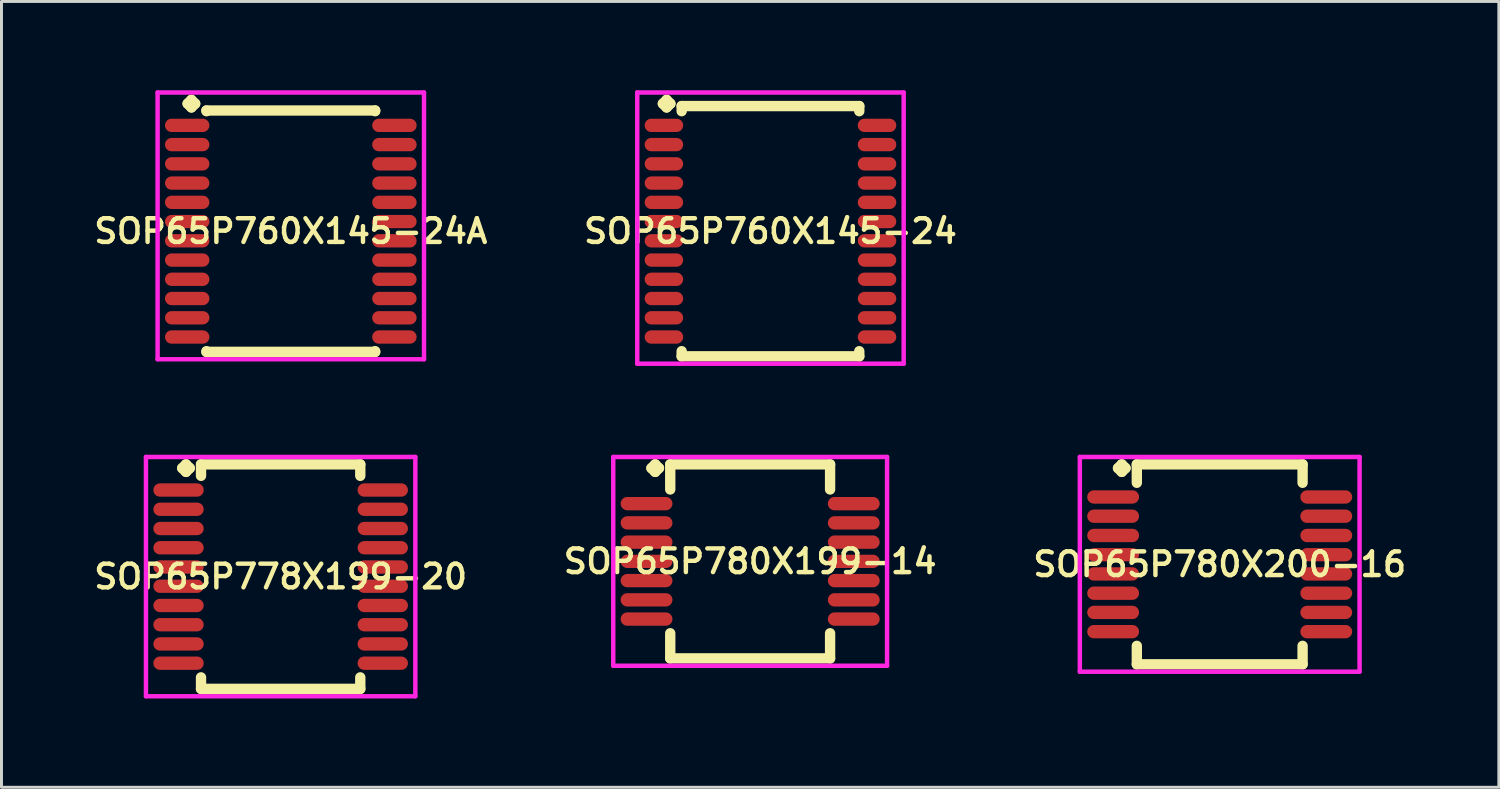
<source format=kicad_pcb>
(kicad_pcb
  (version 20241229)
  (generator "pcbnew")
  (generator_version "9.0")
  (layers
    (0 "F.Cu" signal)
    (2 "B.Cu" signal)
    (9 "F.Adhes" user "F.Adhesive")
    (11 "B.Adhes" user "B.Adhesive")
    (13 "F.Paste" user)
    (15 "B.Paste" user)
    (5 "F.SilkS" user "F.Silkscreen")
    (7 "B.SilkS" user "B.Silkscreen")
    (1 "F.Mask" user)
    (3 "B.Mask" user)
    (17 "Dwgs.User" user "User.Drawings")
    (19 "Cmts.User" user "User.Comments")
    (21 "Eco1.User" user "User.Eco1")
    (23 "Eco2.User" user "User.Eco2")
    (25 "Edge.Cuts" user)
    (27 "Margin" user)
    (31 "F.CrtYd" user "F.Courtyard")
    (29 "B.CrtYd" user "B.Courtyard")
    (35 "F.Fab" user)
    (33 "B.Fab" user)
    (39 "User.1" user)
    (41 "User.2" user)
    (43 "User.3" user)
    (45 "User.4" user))
  (footprint "SOP65P778X199-20"
    (layer "F.Cu")
    (at 6.431 16.429)
    (property "Reference" "SOP65P778X199-20" (at 0 0 0) (layer "F.SilkS") (effects (font (size 0.8 0.8) (thickness 0.15))))
    (attr smd)
    (fp_line (start -3.325 -3.665) (end -3.198 -3.792) (stroke (width 0.35) (type solid)) (layer "F.SilkS"))
    (fp_line (start -3.198 -3.792) (end -3.071 -3.665) (stroke (width 0.35) (type solid)) (layer "F.SilkS"))
    (fp_line (start -3.198 -3.538) (end -3.325 -3.665) (stroke (width 0.35) (type solid)) (layer "F.SilkS"))
    (fp_line (start -3.071 -3.665) (end -3.198 -3.538) (stroke (width 0.35) (type solid)) (layer "F.SilkS"))
    (fp_line (start -2.69 -3.792) (end 2.69 -3.792) (stroke (width 0.35) (type solid)) (layer "F.SilkS"))
    (fp_line (start -2.69 -3.404) (end -2.69 -3.792) (stroke (width 0.35) (type solid)) (layer "F.SilkS"))
    (fp_line (start -2.69 3.404) (end -2.69 3.792) (stroke (width 0.35) (type solid)) (layer "F.SilkS"))
    (fp_line (start -2.69 3.792) (end 2.69 3.792) (stroke (width 0.35) (type solid)) (layer "F.SilkS"))
    (fp_line (start 2.69 -3.792) (end 2.69 -3.404) (stroke (width 0.35) (type solid)) (layer "F.SilkS"))
    (fp_line (start 2.69 3.792) (end 2.69 3.404) (stroke (width 0.35) (type solid)) (layer "F.SilkS"))
    (fp_line (start -4.55 -4.042) (end 4.55 -4.042) (stroke (width 0.15) (type solid)) (layer "F.CrtYd"))
    (fp_line (start -4.55 4.042) (end -4.55 -4.042) (stroke (width 0.15) (type solid)) (layer "F.CrtYd"))
    (fp_line (start 4.55 -4.042) (end 4.55 4.042) (stroke (width 0.15) (type solid)) (layer "F.CrtYd"))
    (fp_line (start 4.55 4.042) (end -4.55 4.042) (stroke (width 0.15) (type solid)) (layer "F.CrtYd"))
    (pad "1" smd oval (at -3.45 -2.925) (size 1.7 0.45) (layers "F.Cu" "F.Mask" "F.Paste"))
    (pad "2" smd oval (at -3.45 -2.275) (size 1.7 0.45) (layers "F.Cu" "F.Mask" "F.Paste"))
    (pad "3" smd oval (at -3.45 -1.625) (size 1.7 0.45) (layers "F.Cu" "F.Mask" "F.Paste"))
    (pad "4" smd oval (at -3.45 -0.975) (size 1.7 0.45) (layers "F.Cu" "F.Mask" "F.Paste"))
    (pad "5" smd oval (at -3.45 -0.325) (size 1.7 0.45) (layers "F.Cu" "F.Mask" "F.Paste"))
    (pad "6" smd oval (at -3.45 0.325) (size 1.7 0.45) (layers "F.Cu" "F.Mask" "F.Paste"))
    (pad "7" smd oval (at -3.45 0.975) (size 1.7 0.45) (layers "F.Cu" "F.Mask" "F.Paste"))
    (pad "8" smd oval (at -3.45 1.625) (size 1.7 0.45) (layers "F.Cu" "F.Mask" "F.Paste"))
    (pad "9" smd oval (at -3.45 2.275) (size 1.7 0.45) (layers "F.Cu" "F.Mask" "F.Paste"))
    (pad "10" smd oval (at -3.45 2.925) (size 1.7 0.45) (layers "F.Cu" "F.Mask" "F.Paste"))
    (pad "11" smd oval (at 3.45 2.925) (size 1.7 0.45) (layers "F.Cu" "F.Mask" "F.Paste"))
    (pad "12" smd oval (at 3.45 2.275) (size 1.7 0.45) (layers "F.Cu" "F.Mask" "F.Paste"))
    (pad "13" smd oval (at 3.45 1.625) (size 1.7 0.45) (layers "F.Cu" "F.Mask" "F.Paste"))
    (pad "14" smd oval (at 3.45 0.975) (size 1.7 0.45) (layers "F.Cu" "F.Mask" "F.Paste"))
    (pad "15" smd oval (at 3.45 0.325) (size 1.7 0.45) (layers "F.Cu" "F.Mask" "F.Paste"))
    (pad "16" smd oval (at 3.45 -0.325) (size 1.7 0.45) (layers "F.Cu" "F.Mask" "F.Paste"))
    (pad "17" smd oval (at 3.45 -0.975) (size 1.7 0.45) (layers "F.Cu" "F.Mask" "F.Paste"))
    (pad "18" smd oval (at 3.45 -1.625) (size 1.7 0.45) (layers "F.Cu" "F.Mask" "F.Paste"))
    (pad "19" smd oval (at 3.45 -2.275) (size 1.7 0.45) (layers "F.Cu" "F.Mask" "F.Paste"))
    (pad "20" smd oval (at 3.45 -2.925) (size 1.7 0.45) (layers "F.Cu" "F.Mask" "F.Paste")))
  (footprint "SOP65P780X200-16"
    (layer "F.Cu")
    (at 38.154 16.014)
    (property "Reference" "SOP65P780X200-16" (at 0 0 0) (layer "F.SilkS") (effects (font (size 0.8 0.8) (thickness 0.15))))
    (attr smd)
    (fp_line (start -3.435 -3.25) (end -3.308 -3.377) (stroke (width 0.35) (type solid)) (layer "F.SilkS"))
    (fp_line (start -3.308 -3.377) (end -3.181 -3.25) (stroke (width 0.35) (type solid)) (layer "F.SilkS"))
    (fp_line (start -3.308 -3.123) (end -3.435 -3.25) (stroke (width 0.35) (type solid)) (layer "F.SilkS"))
    (fp_line (start -3.181 -3.25) (end -3.308 -3.123) (stroke (width 0.35) (type solid)) (layer "F.SilkS"))
    (fp_line (start -2.8 -3.377) (end 2.8 -3.377) (stroke (width 0.35) (type solid)) (layer "F.SilkS"))
    (fp_line (start -2.8 -2.754) (end -2.8 -3.377) (stroke (width 0.35) (type solid)) (layer "F.SilkS"))
    (fp_line (start -2.8 2.754) (end -2.8 3.377) (stroke (width 0.35) (type solid)) (layer "F.SilkS"))
    (fp_line (start -2.8 3.377) (end 2.8 3.377) (stroke (width 0.35) (type solid)) (layer "F.SilkS"))
    (fp_line (start 2.8 -3.377) (end 2.8 -2.754) (stroke (width 0.35) (type solid)) (layer "F.SilkS"))
    (fp_line (start 2.8 3.377) (end 2.8 2.754) (stroke (width 0.35) (type solid)) (layer "F.SilkS"))
    (fp_line (start -4.725 -3.627) (end 4.725 -3.627) (stroke (width 0.15) (type solid)) (layer "F.CrtYd"))
    (fp_line (start -4.725 3.627) (end -4.725 -3.627) (stroke (width 0.15) (type solid)) (layer "F.CrtYd"))
    (fp_line (start 4.725 -3.627) (end 4.725 3.627) (stroke (width 0.15) (type solid)) (layer "F.CrtYd"))
    (fp_line (start 4.725 3.627) (end -4.725 3.627) (stroke (width 0.15) (type solid)) (layer "F.CrtYd"))
    (pad "1" smd oval (at -3.6 -2.275) (size 1.75 0.45) (layers "F.Cu" "F.Mask" "F.Paste"))
    (pad "2" smd oval (at -3.6 -1.625) (size 1.75 0.45) (layers "F.Cu" "F.Mask" "F.Paste"))
    (pad "3" smd oval (at -3.6 -0.975) (size 1.75 0.45) (layers "F.Cu" "F.Mask" "F.Paste"))
    (pad "4" smd oval (at -3.6 -0.325) (size 1.75 0.45) (layers "F.Cu" "F.Mask" "F.Paste"))
    (pad "5" smd oval (at -3.6 0.325) (size 1.75 0.45) (layers "F.Cu" "F.Mask" "F.Paste"))
    (pad "6" smd oval (at -3.6 0.975) (size 1.75 0.45) (layers "F.Cu" "F.Mask" "F.Paste"))
    (pad "7" smd oval (at -3.6 1.625) (size 1.75 0.45) (layers "F.Cu" "F.Mask" "F.Paste"))
    (pad "8" smd oval (at -3.6 2.275) (size 1.75 0.45) (layers "F.Cu" "F.Mask" "F.Paste"))
    (pad "9" smd oval (at 3.6 2.275) (size 1.75 0.45) (layers "F.Cu" "F.Mask" "F.Paste"))
    (pad "10" smd oval (at 3.6 1.625) (size 1.75 0.45) (layers "F.Cu" "F.Mask" "F.Paste"))
    (pad "11" smd oval (at 3.6 0.975) (size 1.75 0.45) (layers "F.Cu" "F.Mask" "F.Paste"))
    (pad "12" smd oval (at 3.6 0.325) (size 1.75 0.45) (layers "F.Cu" "F.Mask" "F.Paste"))
    (pad "13" smd oval (at 3.6 -0.325) (size 1.75 0.45) (layers "F.Cu" "F.Mask" "F.Paste"))
    (pad "14" smd oval (at 3.6 -0.975) (size 1.75 0.45) (layers "F.Cu" "F.Mask" "F.Paste"))
    (pad "15" smd oval (at 3.6 -1.625) (size 1.75 0.45) (layers "F.Cu" "F.Mask" "F.Paste"))
    (pad "16" smd oval (at 3.6 -2.275) (size 1.75 0.45) (layers "F.Cu" "F.Mask" "F.Paste")))
  (footprint "SOP65P760X145-24"
    (layer "F.Cu")
    (at 22.978 4.76)
    (property "Reference" "SOP65P760X145-24" (at 0 0 0) (layer "F.SilkS") (effects (font (size 0.8 0.8) (thickness 0.15))))
    (attr smd)
    (fp_line (start -3.635 -4.308) (end -3.508 -4.435) (stroke (width 0.35) (type solid)) (layer "F.SilkS"))
    (fp_line (start -3.508 -4.435) (end -3.381 -4.308) (stroke (width 0.35) (type solid)) (layer "F.SilkS"))
    (fp_line (start -3.508 -4.181) (end -3.635 -4.308) (stroke (width 0.35) (type solid)) (layer "F.SilkS"))
    (fp_line (start -3.381 -4.308) (end -3.508 -4.181) (stroke (width 0.35) (type solid)) (layer "F.SilkS"))
    (fp_line (start -3 -4.227) (end 3 -4.227) (stroke (width 0.35) (type solid)) (layer "F.SilkS"))
    (fp_line (start -3 -4.054) (end -3 -4.227) (stroke (width 0.35) (type solid)) (layer "F.SilkS"))
    (fp_line (start -3 4.054) (end -3 4.227) (stroke (width 0.35) (type solid)) (layer "F.SilkS"))
    (fp_line (start -3 4.227) (end 3 4.227) (stroke (width 0.35) (type solid)) (layer "F.SilkS"))
    (fp_line (start 3 -4.227) (end 3 -4.054) (stroke (width 0.35) (type solid)) (layer "F.SilkS"))
    (fp_line (start 3 4.227) (end 3 4.054) (stroke (width 0.35) (type solid)) (layer "F.SilkS"))
    (fp_line (start -4.5 -4.685) (end 4.5 -4.685) (stroke (width 0.15) (type solid)) (layer "F.CrtYd"))
    (fp_line (start -4.5 4.477) (end -4.5 -4.685) (stroke (width 0.15) (type solid)) (layer "F.CrtYd"))
    (fp_line (start 4.5 -4.685) (end 4.5 4.477) (stroke (width 0.15) (type solid)) (layer "F.CrtYd"))
    (fp_line (start 4.5 4.477) (end -4.5 4.477) (stroke (width 0.15) (type solid)) (layer "F.CrtYd"))
    (pad "1" smd oval (at -3.6 -3.575) (size 1.3 0.45) (layers "F.Cu" "F.Mask" "F.Paste"))
    (pad "2" smd oval (at -3.6 -2.925) (size 1.3 0.45) (layers "F.Cu" "F.Mask" "F.Paste"))
    (pad "3" smd oval (at -3.6 -2.275) (size 1.3 0.45) (layers "F.Cu" "F.Mask" "F.Paste"))
    (pad "4" smd oval (at -3.6 -1.625) (size 1.3 0.45) (layers "F.Cu" "F.Mask" "F.Paste"))
    (pad "5" smd oval (at -3.6 -0.975) (size 1.3 0.45) (layers "F.Cu" "F.Mask" "F.Paste"))
    (pad "6" smd oval (at -3.6 -0.325) (size 1.3 0.45) (layers "F.Cu" "F.Mask" "F.Paste"))
    (pad "7" smd oval (at -3.6 0.325) (size 1.3 0.45) (layers "F.Cu" "F.Mask" "F.Paste"))
    (pad "8" smd oval (at -3.6 0.975) (size 1.3 0.45) (layers "F.Cu" "F.Mask" "F.Paste"))
    (pad "9" smd oval (at -3.6 1.625) (size 1.3 0.45) (layers "F.Cu" "F.Mask" "F.Paste"))
    (pad "10" smd oval (at -3.6 2.275) (size 1.3 0.45) (layers "F.Cu" "F.Mask" "F.Paste"))
    (pad "11" smd oval (at -3.6 2.925) (size 1.3 0.45) (layers "F.Cu" "F.Mask" "F.Paste"))
    (pad "12" smd oval (at -3.6 3.575) (size 1.3 0.45) (layers "F.Cu" "F.Mask" "F.Paste"))
    (pad "13" smd oval (at 3.6 3.575) (size 1.3 0.45) (layers "F.Cu" "F.Mask" "F.Paste"))
    (pad "14" smd oval (at 3.6 2.925) (size 1.3 0.45) (layers "F.Cu" "F.Mask" "F.Paste"))
    (pad "15" smd oval (at 3.6 2.275) (size 1.3 0.45) (layers "F.Cu" "F.Mask" "F.Paste"))
    (pad "16" smd oval (at 3.6 1.625) (size 1.3 0.45) (layers "F.Cu" "F.Mask" "F.Paste"))
    (pad "17" smd oval (at 3.6 0.975) (size 1.3 0.45) (layers "F.Cu" "F.Mask" "F.Paste"))
    (pad "18" smd oval (at 3.6 0.325) (size 1.3 0.45) (layers "F.Cu" "F.Mask" "F.Paste"))
    (pad "19" smd oval (at 3.6 -0.325) (size 1.3 0.45) (layers "F.Cu" "F.Mask" "F.Paste"))
    (pad "20" smd oval (at 3.6 -0.975) (size 1.3 0.45) (layers "F.Cu" "F.Mask" "F.Paste"))
    (pad "21" smd oval (at 3.6 -1.625) (size 1.3 0.45) (layers "F.Cu" "F.Mask" "F.Paste"))
    (pad "22" smd oval (at 3.6 -2.275) (size 1.3 0.45) (layers "F.Cu" "F.Mask" "F.Paste"))
    (pad "23" smd oval (at 3.6 -2.925) (size 1.3 0.45) (layers "F.Cu" "F.Mask" "F.Paste"))
    (pad "24" smd oval (at 3.6 -3.575) (size 1.3 0.45) (layers "F.Cu" "F.Mask" "F.Paste")))
  (footprint "SOP65P760X145-24A"
    (layer "F.Cu")
    (at 6.774 4.76)
    (property "Reference" "SOP65P760X145-24A" (at 0 0 0) (layer "F.SilkS") (effects (font (size 0.8 0.8) (thickness 0.15))))
    (attr smd)
    (fp_line (start -3.485 -4.308) (end -3.358 -4.435) (stroke (width 0.35) (type solid)) (layer "F.SilkS"))
    (fp_line (start -3.358 -4.435) (end -3.231 -4.308) (stroke (width 0.35) (type solid)) (layer "F.SilkS"))
    (fp_line (start -3.358 -4.181) (end -3.485 -4.308) (stroke (width 0.35) (type solid)) (layer "F.SilkS"))
    (fp_line (start -3.231 -4.308) (end -3.358 -4.181) (stroke (width 0.35) (type solid)) (layer "F.SilkS"))
    (fp_line (start -2.85 -4.077) (end 2.85 -4.077) (stroke (width 0.35) (type solid)) (layer "F.SilkS"))
    (fp_line (start -2.85 -4.054) (end -2.85 -4.077) (stroke (width 0.35) (type solid)) (layer "F.SilkS"))
    (fp_line (start -2.85 4.054) (end -2.85 4.077) (stroke (width 0.35) (type solid)) (layer "F.SilkS"))
    (fp_line (start -2.85 4.077) (end 2.85 4.077) (stroke (width 0.35) (type solid)) (layer "F.SilkS"))
    (fp_line (start 2.85 -4.077) (end 2.85 -4.054) (stroke (width 0.35) (type solid)) (layer "F.SilkS"))
    (fp_line (start 2.85 4.077) (end 2.85 4.054) (stroke (width 0.35) (type solid)) (layer "F.SilkS"))
    (fp_line (start -4.5 -4.685) (end 4.5 -4.685) (stroke (width 0.15) (type solid)) (layer "F.CrtYd"))
    (fp_line (start -4.5 4.327) (end -4.5 -4.685) (stroke (width 0.15) (type solid)) (layer "F.CrtYd"))
    (fp_line (start 4.5 -4.685) (end 4.5 4.327) (stroke (width 0.15) (type solid)) (layer "F.CrtYd"))
    (fp_line (start 4.5 4.327) (end -4.5 4.327) (stroke (width 0.15) (type solid)) (layer "F.CrtYd"))
    (pad "1" smd oval (at -3.5 -3.575) (size 1.5 0.45) (layers "F.Cu" "F.Mask" "F.Paste"))
    (pad "2" smd oval (at -3.5 -2.925) (size 1.5 0.45) (layers "F.Cu" "F.Mask" "F.Paste"))
    (pad "3" smd oval (at -3.5 -2.275) (size 1.5 0.45) (layers "F.Cu" "F.Mask" "F.Paste"))
    (pad "4" smd oval (at -3.5 -1.625) (size 1.5 0.45) (layers "F.Cu" "F.Mask" "F.Paste"))
    (pad "5" smd oval (at -3.5 -0.975) (size 1.5 0.45) (layers "F.Cu" "F.Mask" "F.Paste"))
    (pad "6" smd oval (at -3.5 -0.325) (size 1.5 0.45) (layers "F.Cu" "F.Mask" "F.Paste"))
    (pad "7" smd oval (at -3.5 0.325) (size 1.5 0.45) (layers "F.Cu" "F.Mask" "F.Paste"))
    (pad "8" smd oval (at -3.5 0.975) (size 1.5 0.45) (layers "F.Cu" "F.Mask" "F.Paste"))
    (pad "9" smd oval (at -3.5 1.625) (size 1.5 0.45) (layers "F.Cu" "F.Mask" "F.Paste"))
    (pad "10" smd oval (at -3.5 2.275) (size 1.5 0.45) (layers "F.Cu" "F.Mask" "F.Paste"))
    (pad "11" smd oval (at -3.5 2.925) (size 1.5 0.45) (layers "F.Cu" "F.Mask" "F.Paste"))
    (pad "12" smd oval (at -3.5 3.575) (size 1.5 0.45) (layers "F.Cu" "F.Mask" "F.Paste"))
    (pad "13" smd oval (at 3.5 3.575) (size 1.5 0.45) (layers "F.Cu" "F.Mask" "F.Paste"))
    (pad "14" smd oval (at 3.5 2.925) (size 1.5 0.45) (layers "F.Cu" "F.Mask" "F.Paste"))
    (pad "15" smd oval (at 3.5 2.275) (size 1.5 0.45) (layers "F.Cu" "F.Mask" "F.Paste"))
    (pad "16" smd oval (at 3.5 1.625) (size 1.5 0.45) (layers "F.Cu" "F.Mask" "F.Paste"))
    (pad "17" smd oval (at 3.5 0.975) (size 1.5 0.45) (layers "F.Cu" "F.Mask" "F.Paste"))
    (pad "18" smd oval (at 3.5 0.325) (size 1.5 0.45) (layers "F.Cu" "F.Mask" "F.Paste"))
    (pad "19" smd oval (at 3.5 -0.325) (size 1.5 0.45) (layers "F.Cu" "F.Mask" "F.Paste"))
    (pad "20" smd oval (at 3.5 -0.975) (size 1.5 0.45) (layers "F.Cu" "F.Mask" "F.Paste"))
    (pad "21" smd oval (at 3.5 -1.625) (size 1.5 0.45) (layers "F.Cu" "F.Mask" "F.Paste"))
    (pad "22" smd oval (at 3.5 -2.275) (size 1.5 0.45) (layers "F.Cu" "F.Mask" "F.Paste"))
    (pad "23" smd oval (at 3.5 -2.925) (size 1.5 0.45) (layers "F.Cu" "F.Mask" "F.Paste"))
    (pad "24" smd oval (at 3.5 -3.575) (size 1.5 0.45) (layers "F.Cu" "F.Mask" "F.Paste")))
  (footprint "SOP65P780X199-14"
    (layer "F.Cu")
    (at 22.292 15.914)
    (property "Reference" "SOP65P780X199-14" (at 0 0 0) (layer "F.SilkS") (effects (font (size 0.8 0.8) (thickness 0.15))))
    (attr smd)
    (fp_line (start -3.335 -3.15) (end -3.208 -3.277) (stroke (width 0.35) (type solid)) (layer "F.SilkS"))
    (fp_line (start -3.208 -3.277) (end -3.081 -3.15) (stroke (width 0.35) (type solid)) (layer "F.SilkS"))
    (fp_line (start -3.208 -3.023) (end -3.335 -3.15) (stroke (width 0.35) (type solid)) (layer "F.SilkS"))
    (fp_line (start -3.081 -3.15) (end -3.208 -3.023) (stroke (width 0.35) (type solid)) (layer "F.SilkS"))
    (fp_line (start -2.7 -3.277) (end 2.7 -3.277) (stroke (width 0.35) (type solid)) (layer "F.SilkS"))
    (fp_line (start -2.7 -2.429) (end -2.7 -3.277) (stroke (width 0.35) (type solid)) (layer "F.SilkS"))
    (fp_line (start -2.7 2.429) (end -2.7 3.277) (stroke (width 0.35) (type solid)) (layer "F.SilkS"))
    (fp_line (start -2.7 3.277) (end 2.7 3.277) (stroke (width 0.35) (type solid)) (layer "F.SilkS"))
    (fp_line (start 2.7 -3.277) (end 2.7 -2.429) (stroke (width 0.35) (type solid)) (layer "F.SilkS"))
    (fp_line (start 2.7 3.277) (end 2.7 2.429) (stroke (width 0.35) (type solid)) (layer "F.SilkS"))
    (fp_line (start -4.625 -3.527) (end 4.625 -3.527) (stroke (width 0.15) (type solid)) (layer "F.CrtYd"))
    (fp_line (start -4.625 3.527) (end -4.625 -3.527) (stroke (width 0.15) (type solid)) (layer "F.CrtYd"))
    (fp_line (start 4.625 -3.527) (end 4.625 3.527) (stroke (width 0.15) (type solid)) (layer "F.CrtYd"))
    (fp_line (start 4.625 3.527) (end -4.625 3.527) (stroke (width 0.15) (type solid)) (layer "F.CrtYd"))
    (pad "1" smd oval (at -3.5 -1.95) (size 1.75 0.45) (layers "F.Cu" "F.Mask" "F.Paste"))
    (pad "2" smd oval (at -3.5 -1.3) (size 1.75 0.45) (layers "F.Cu" "F.Mask" "F.Paste"))
    (pad "3" smd oval (at -3.5 -0.65) (size 1.75 0.45) (layers "F.Cu" "F.Mask" "F.Paste"))
    (pad "4" smd oval (at -3.5 0) (size 1.75 0.45) (layers "F.Cu" "F.Mask" "F.Paste"))
    (pad "5" smd oval (at -3.5 0.65) (size 1.75 0.45) (layers "F.Cu" "F.Mask" "F.Paste"))
    (pad "6" smd oval (at -3.5 1.3) (size 1.75 0.45) (layers "F.Cu" "F.Mask" "F.Paste"))
    (pad "7" smd oval (at -3.5 1.95) (size 1.75 0.45) (layers "F.Cu" "F.Mask" "F.Paste"))
    (pad "8" smd oval (at 3.5 1.95) (size 1.75 0.45) (layers "F.Cu" "F.Mask" "F.Paste"))
    (pad "9" smd oval (at 3.5 1.3) (size 1.75 0.45) (layers "F.Cu" "F.Mask" "F.Paste"))
    (pad "10" smd oval (at 3.5 0.65) (size 1.75 0.45) (layers "F.Cu" "F.Mask" "F.Paste"))
    (pad "11" smd oval (at 3.5 0) (size 1.75 0.45) (layers "F.Cu" "F.Mask" "F.Paste"))
    (pad "12" smd oval (at 3.5 -0.65) (size 1.75 0.45) (layers "F.Cu" "F.Mask" "F.Paste"))
    (pad "13" smd oval (at 3.5 -1.3) (size 1.75 0.45) (layers "F.Cu" "F.Mask" "F.Paste"))
    (pad "14" smd oval (at 3.5 -1.95) (size 1.75 0.45) (layers "F.Cu" "F.Mask" "F.Paste")))
  (gr_rect
    (start -3 -3)
    (end 47.584 23.546)
    (stroke (width 0.1) (type default))
    (fill no)
    (layer "Edge.Cuts")))
</source>
